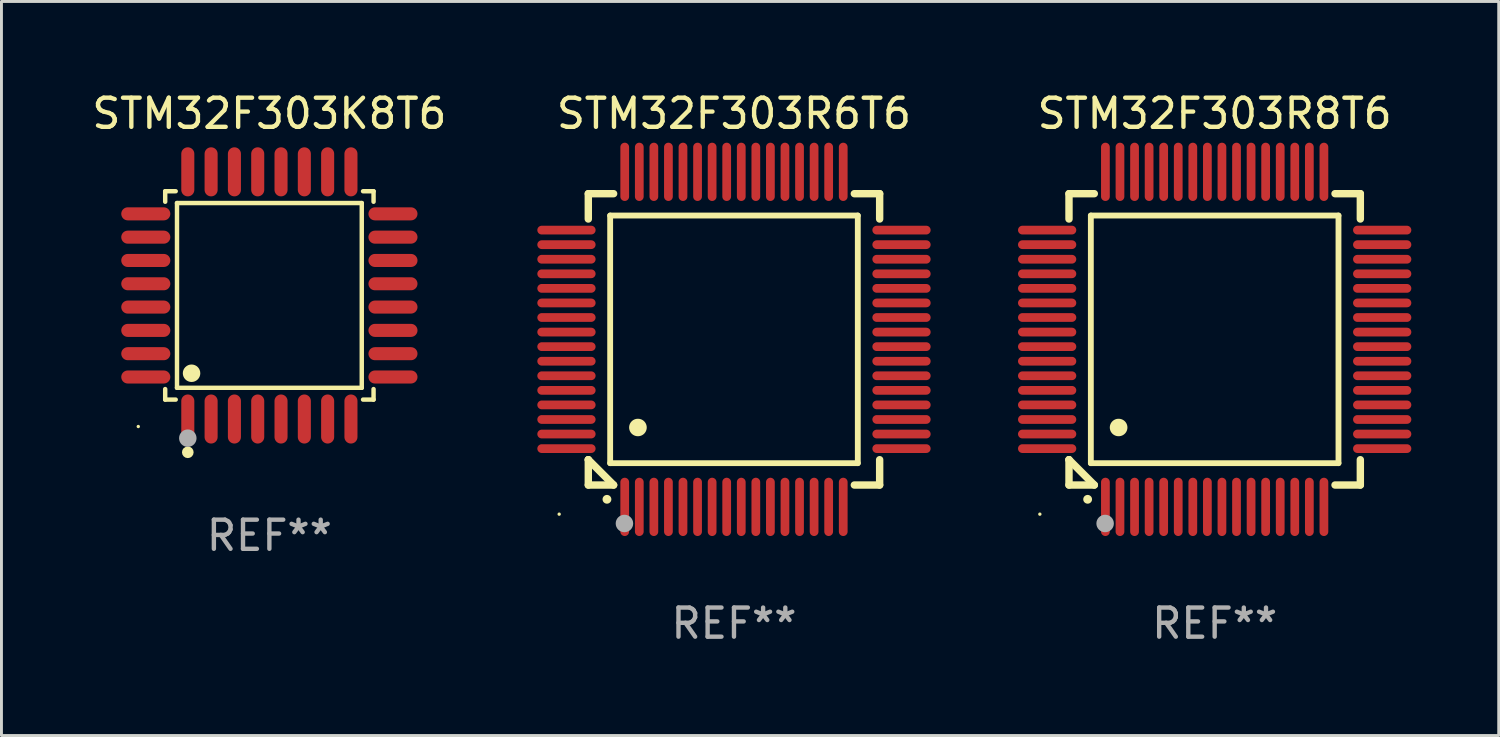
<source format=kicad_pcb>
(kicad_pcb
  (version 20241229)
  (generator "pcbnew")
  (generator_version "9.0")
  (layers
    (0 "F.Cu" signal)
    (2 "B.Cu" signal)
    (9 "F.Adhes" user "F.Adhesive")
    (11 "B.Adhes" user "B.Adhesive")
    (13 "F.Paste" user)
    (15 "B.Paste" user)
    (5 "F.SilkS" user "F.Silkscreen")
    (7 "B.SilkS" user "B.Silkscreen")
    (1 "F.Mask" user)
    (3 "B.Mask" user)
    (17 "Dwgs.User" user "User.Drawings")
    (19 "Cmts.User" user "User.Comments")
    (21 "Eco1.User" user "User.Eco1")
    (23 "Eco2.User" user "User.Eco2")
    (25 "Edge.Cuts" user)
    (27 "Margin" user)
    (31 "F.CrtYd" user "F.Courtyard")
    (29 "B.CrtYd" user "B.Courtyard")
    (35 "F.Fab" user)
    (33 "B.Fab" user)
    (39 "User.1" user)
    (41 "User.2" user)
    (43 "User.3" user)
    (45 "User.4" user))
  (footprint "STM32F303R6T6"
    (layer "F.Cu")
    (at 22.143 8.598)
    (property "Reference" "STM32F303R6T6" (at 0 -7.75 0) (layer "F.SilkS") (effects (font (size 1 1) (thickness 0.15))))
    (attr through_hole)
    (fp_line (start -5 -5) (end -4.131 -5) (stroke (width 0.254) (type solid)) (layer "F.SilkS"))
    (fp_line (start -5 -4.131) (end -5 -5) (stroke (width 0.254) (type solid)) (layer "F.SilkS"))
    (fp_line (start -5 4.131) (end -5 4.131) (stroke (width 0.254) (type solid)) (layer "F.SilkS"))
    (fp_line (start -5 5) (end -5 4.131) (stroke (width 0.254) (type solid)) (layer "F.SilkS"))
    (fp_line (start -5 4.131) (end -4.131 5) (stroke (width 0.254) (type solid)) (layer "F.SilkS"))
    (fp_line (start -4.25 -4.25) (end -4.25 4.25) (stroke (width 0.2) (type solid)) (layer "F.SilkS"))
    (fp_line (start -4.25 4.25) (end 4.25 4.25) (stroke (width 0.2) (type solid)) (layer "F.SilkS"))
    (fp_line (start -4.131 5) (end -5 5) (stroke (width 0.254) (type solid)) (layer "F.SilkS"))
    (fp_line (start 4.25 -4.25) (end -4.25 -4.25) (stroke (width 0.2) (type solid)) (layer "F.SilkS"))
    (fp_line (start 4.25 4.25) (end 4.25 -4.25) (stroke (width 0.2) (type solid)) (layer "F.SilkS"))
    (fp_line (start 5 -5) (end 4.131 -5) (stroke (width 0.254) (type solid)) (layer "F.SilkS"))
    (fp_line (start 5 -5) (end 5 -4.131) (stroke (width 0.254) (type solid)) (layer "F.SilkS"))
    (fp_line (start 5 4.131) (end 5 5) (stroke (width 0.254) (type solid)) (layer "F.SilkS"))
    (fp_line (start 5 5) (end 4.131 5) (stroke (width 0.254) (type solid)) (layer "F.SilkS"))
    (fp_arc (start -4.361265 5.489992) (mid -4.359995 5.489987) (end -4.358725 5.489992) (stroke (width 0.3) (type solid)) (layer "F.SilkS"))
    (fp_arc (start -3.299467 3.025146) (mid -3.296927 3.025135) (end -3.294387 3.025146) (stroke (width 0.6) (type solid)) (layer "F.SilkS"))
    (fp_circle (center -6 6) (end -5.97 6) (stroke (width 0.06) (type solid)) (fill no) (layer "F.SilkS"))
    (fp_circle (center -3.76 6.32) (end -3.61 6.32) (stroke (width 0.3) (type solid)) (fill no) (layer "F.Fab"))
    (fp_text user "REF**" (at 0 9.75 0) (layer "F.Fab") (effects (font (size 1 1) (thickness 0.15))))
    (pad "1" smd oval (at -3.75 5.75) (size 0.3 2) (layers "F.Cu" "F.Mask" "F.Paste"))
    (pad "2" smd oval (at -3.25 5.75) (size 0.3 2) (layers "F.Cu" "F.Mask" "F.Paste"))
    (pad "3" smd oval (at -2.75 5.75) (size 0.3 2) (layers "F.Cu" "F.Mask" "F.Paste"))
    (pad "4" smd oval (at -2.25 5.75) (size 0.3 2) (layers "F.Cu" "F.Mask" "F.Paste"))
    (pad "5" smd oval (at -1.75 5.75) (size 0.3 2) (layers "F.Cu" "F.Mask" "F.Paste"))
    (pad "6" smd oval (at -1.25 5.75) (size 0.3 2) (layers "F.Cu" "F.Mask" "F.Paste"))
    (pad "7" smd oval (at -0.75 5.75) (size 0.3 2) (layers "F.Cu" "F.Mask" "F.Paste"))
    (pad "8" smd oval (at -0.25 5.75) (size 0.3 2) (layers "F.Cu" "F.Mask" "F.Paste"))
    (pad "9" smd oval (at 0.25 5.75) (size 0.3 2) (layers "F.Cu" "F.Mask" "F.Paste"))
    (pad "10" smd oval (at 0.75 5.75) (size 0.3 2) (layers "F.Cu" "F.Mask" "F.Paste"))
    (pad "11" smd oval (at 1.25 5.75) (size 0.3 2) (layers "F.Cu" "F.Mask" "F.Paste"))
    (pad "12" smd oval (at 1.75 5.75) (size 0.3 2) (layers "F.Cu" "F.Mask" "F.Paste"))
    (pad "13" smd oval (at 2.25 5.75) (size 0.3 2) (layers "F.Cu" "F.Mask" "F.Paste"))
    (pad "14" smd oval (at 2.75 5.75) (size 0.3 2) (layers "F.Cu" "F.Mask" "F.Paste"))
    (pad "15" smd oval (at 3.25 5.75) (size 0.3 2) (layers "F.Cu" "F.Mask" "F.Paste"))
    (pad "16" smd oval (at 3.75 5.75) (size 0.3 2) (layers "F.Cu" "F.Mask" "F.Paste"))
    (pad "17" smd oval (at 5.75 3.75) (size 2 0.3) (layers "F.Cu" "F.Mask" "F.Paste"))
    (pad "18" smd oval (at 5.75 3.25) (size 2 0.3) (layers "F.Cu" "F.Mask" "F.Paste"))
    (pad "19" smd oval (at 5.75 2.75) (size 2 0.3) (layers "F.Cu" "F.Mask" "F.Paste"))
    (pad "20" smd oval (at 5.75 2.25) (size 2 0.3) (layers "F.Cu" "F.Mask" "F.Paste"))
    (pad "21" smd oval (at 5.75 1.75) (size 2 0.3) (layers "F.Cu" "F.Mask" "F.Paste"))
    (pad "22" smd oval (at 5.75 1.25) (size 2 0.3) (layers "F.Cu" "F.Mask" "F.Paste"))
    (pad "23" smd oval (at 5.75 0.75) (size 2 0.3) (layers "F.Cu" "F.Mask" "F.Paste"))
    (pad "24" smd oval (at 5.75 0.25) (size 2 0.3) (layers "F.Cu" "F.Mask" "F.Paste"))
    (pad "25" smd oval (at 5.75 -0.25) (size 2 0.3) (layers "F.Cu" "F.Mask" "F.Paste"))
    (pad "26" smd oval (at 5.75 -0.75) (size 2 0.3) (layers "F.Cu" "F.Mask" "F.Paste"))
    (pad "27" smd oval (at 5.75 -1.25) (size 2 0.3) (layers "F.Cu" "F.Mask" "F.Paste"))
    (pad "28" smd oval (at 5.75 -1.75) (size 2 0.3) (layers "F.Cu" "F.Mask" "F.Paste"))
    (pad "29" smd oval (at 5.75 -2.25) (size 2 0.3) (layers "F.Cu" "F.Mask" "F.Paste"))
    (pad "30" smd oval (at 5.75 -2.75) (size 2 0.3) (layers "F.Cu" "F.Mask" "F.Paste"))
    (pad "31" smd oval (at 5.75 -3.25) (size 2 0.3) (layers "F.Cu" "F.Mask" "F.Paste"))
    (pad "32" smd oval (at 5.75 -3.75) (size 2 0.3) (layers "F.Cu" "F.Mask" "F.Paste"))
    (pad "33" smd oval (at 3.75 -5.75) (size 0.3 2) (layers "F.Cu" "F.Mask" "F.Paste"))
    (pad "34" smd oval (at 3.25 -5.75) (size 0.3 2) (layers "F.Cu" "F.Mask" "F.Paste"))
    (pad "35" smd oval (at 2.75 -5.75) (size 0.3 2) (layers "F.Cu" "F.Mask" "F.Paste"))
    (pad "36" smd oval (at 2.25 -5.75) (size 0.3 2) (layers "F.Cu" "F.Mask" "F.Paste"))
    (pad "37" smd oval (at 1.75 -5.75) (size 0.3 2) (layers "F.Cu" "F.Mask" "F.Paste"))
    (pad "38" smd oval (at 1.25 -5.75) (size 0.3 2) (layers "F.Cu" "F.Mask" "F.Paste"))
    (pad "39" smd oval (at 0.75 -5.75) (size 0.3 2) (layers "F.Cu" "F.Mask" "F.Paste"))
    (pad "40" smd oval (at 0.25 -5.75) (size 0.3 2) (layers "F.Cu" "F.Mask" "F.Paste"))
    (pad "41" smd oval (at -0.25 -5.75) (size 0.3 2) (layers "F.Cu" "F.Mask" "F.Paste"))
    (pad "42" smd oval (at -0.75 -5.75) (size 0.3 2) (layers "F.Cu" "F.Mask" "F.Paste"))
    (pad "43" smd oval (at -1.25 -5.75) (size 0.3 2) (layers "F.Cu" "F.Mask" "F.Paste"))
    (pad "44" smd oval (at -1.75 -5.75) (size 0.3 2) (layers "F.Cu" "F.Mask" "F.Paste"))
    (pad "45" smd oval (at -2.25 -5.75) (size 0.3 2) (layers "F.Cu" "F.Mask" "F.Paste"))
    (pad "46" smd oval (at -2.75 -5.75) (size 0.3 2) (layers "F.Cu" "F.Mask" "F.Paste"))
    (pad "47" smd oval (at -3.25 -5.75) (size 0.3 2) (layers "F.Cu" "F.Mask" "F.Paste"))
    (pad "48" smd oval (at -3.75 -5.75) (size 0.3 2) (layers "F.Cu" "F.Mask" "F.Paste"))
    (pad "49" smd oval (at -5.75 -3.75) (size 2 0.3) (layers "F.Cu" "F.Mask" "F.Paste"))
    (pad "50" smd oval (at -5.75 -3.25) (size 2 0.3) (layers "F.Cu" "F.Mask" "F.Paste"))
    (pad "51" smd oval (at -5.75 -2.75) (size 2 0.3) (layers "F.Cu" "F.Mask" "F.Paste"))
    (pad "52" smd oval (at -5.75 -2.25) (size 2 0.3) (layers "F.Cu" "F.Mask" "F.Paste"))
    (pad "53" smd oval (at -5.75 -1.75) (size 2 0.3) (layers "F.Cu" "F.Mask" "F.Paste"))
    (pad "54" smd oval (at -5.75 -1.25) (size 2 0.3) (layers "F.Cu" "F.Mask" "F.Paste"))
    (pad "55" smd oval (at -5.75 -0.75) (size 2 0.3) (layers "F.Cu" "F.Mask" "F.Paste"))
    (pad "56" smd oval (at -5.75 -0.25) (size 2 0.3) (layers "F.Cu" "F.Mask" "F.Paste"))
    (pad "57" smd oval (at -5.75 0.25) (size 2 0.3) (layers "F.Cu" "F.Mask" "F.Paste"))
    (pad "58" smd oval (at -5.75 0.75) (size 2 0.3) (layers "F.Cu" "F.Mask" "F.Paste"))
    (pad "59" smd oval (at -5.75 1.25) (size 2 0.3) (layers "F.Cu" "F.Mask" "F.Paste"))
    (pad "60" smd oval (at -5.75 1.75) (size 2 0.3) (layers "F.Cu" "F.Mask" "F.Paste"))
    (pad "61" smd oval (at -5.75 2.25) (size 2 0.3) (layers "F.Cu" "F.Mask" "F.Paste"))
    (pad "62" smd oval (at -5.75 2.75) (size 2 0.3) (layers "F.Cu" "F.Mask" "F.Paste"))
    (pad "63" smd oval (at -5.75 3.25) (size 2 0.3) (layers "F.Cu" "F.Mask" "F.Paste"))
    (pad "64" smd oval (at -5.75 3.75) (size 2 0.3) (layers "F.Cu" "F.Mask" "F.Paste")))
  (footprint "STM32F303K8T6"
    (layer "F.Cu")
    (at 6.196 7.09)
    (property "Reference" "STM32F303K8T6" (at 0 -6.242 0) (layer "F.SilkS") (effects (font (size 1 1) (thickness 0.15))))
    (attr through_hole)
    (fp_line (start -3.576 -3.576) (end -3.215 -3.576) (stroke (width 0.152) (type solid)) (layer "F.SilkS"))
    (fp_line (start -3.576 -3.215) (end -3.576 -3.576) (stroke (width 0.152) (type solid)) (layer "F.SilkS"))
    (fp_line (start -3.576 3.215) (end -3.576 3.576) (stroke (width 0.152) (type solid)) (layer "F.SilkS"))
    (fp_line (start -3.576 3.576) (end -3.215 3.576) (stroke (width 0.152) (type solid)) (layer "F.SilkS"))
    (fp_line (start -3.171 -3.171) (end 3.171 -3.171) (stroke (width 0.152) (type solid)) (layer "F.SilkS"))
    (fp_line (start -3.171 3.171) (end -3.171 -3.171) (stroke (width 0.152) (type solid)) (layer "F.SilkS"))
    (fp_line (start 3.171 -3.171) (end 3.171 3.171) (stroke (width 0.152) (type solid)) (layer "F.SilkS"))
    (fp_line (start 3.171 3.171) (end -3.171 3.171) (stroke (width 0.152) (type solid)) (layer "F.SilkS"))
    (fp_line (start 3.576 -3.576) (end 3.215 -3.576) (stroke (width 0.152) (type solid)) (layer "F.SilkS"))
    (fp_line (start 3.576 -3.215) (end 3.576 -3.576) (stroke (width 0.152) (type solid)) (layer "F.SilkS"))
    (fp_line (start 3.576 3.215) (end 3.576 3.576) (stroke (width 0.152) (type solid)) (layer "F.SilkS"))
    (fp_line (start 3.576 3.576) (end 3.215 3.576) (stroke (width 0.152) (type solid)) (layer "F.SilkS"))
    (fp_circle (center -4.5 4.5) (end -4.47 4.5) (stroke (width 0.06) (type solid)) (fill no) (layer "F.SilkS"))
    (fp_circle (center -2.8 5.384) (end -2.7 5.384) (stroke (width 0.2) (type solid)) (fill no) (layer "F.SilkS"))
    (fp_circle (center -2.671 2.671) (end -2.521 2.671) (stroke (width 0.3) (type solid)) (fill no) (layer "F.SilkS"))
    (fp_circle (center -2.8 4.9) (end -2.65 4.9) (stroke (width 0.3) (type solid)) (fill no) (layer "F.Fab"))
    (fp_text user "REF**" (at 0 8.242 0) (layer "F.Fab") (effects (font (size 1 1) (thickness 0.15))))
    (pad "1" smd oval (at -2.8 4.242) (size 0.448 1.684) (layers "F.Cu" "F.Mask" "F.Paste"))
    (pad "2" smd oval (at -2 4.242) (size 0.448 1.684) (layers "F.Cu" "F.Mask" "F.Paste"))
    (pad "3" smd oval (at -1.2 4.242) (size 0.448 1.684) (layers "F.Cu" "F.Mask" "F.Paste"))
    (pad "4" smd oval (at -0.4 4.242) (size 0.448 1.684) (layers "F.Cu" "F.Mask" "F.Paste"))
    (pad "5" smd oval (at 0.4 4.242) (size 0.448 1.684) (layers "F.Cu" "F.Mask" "F.Paste"))
    (pad "6" smd oval (at 1.2 4.242) (size 0.448 1.684) (layers "F.Cu" "F.Mask" "F.Paste"))
    (pad "7" smd oval (at 2 4.242) (size 0.448 1.684) (layers "F.Cu" "F.Mask" "F.Paste"))
    (pad "8" smd oval (at 2.8 4.242) (size 0.448 1.684) (layers "F.Cu" "F.Mask" "F.Paste"))
    (pad "9" smd oval (at 4.242 2.8) (size 1.684 0.448) (layers "F.Cu" "F.Mask" "F.Paste"))
    (pad "10" smd oval (at 4.242 2) (size 1.684 0.448) (layers "F.Cu" "F.Mask" "F.Paste"))
    (pad "11" smd oval (at 4.242 1.2) (size 1.684 0.448) (layers "F.Cu" "F.Mask" "F.Paste"))
    (pad "12" smd oval (at 4.242 0.4) (size 1.684 0.448) (layers "F.Cu" "F.Mask" "F.Paste"))
    (pad "13" smd oval (at 4.242 -0.4) (size 1.684 0.448) (layers "F.Cu" "F.Mask" "F.Paste"))
    (pad "14" smd oval (at 4.242 -1.2) (size 1.684 0.448) (layers "F.Cu" "F.Mask" "F.Paste"))
    (pad "15" smd oval (at 4.242 -2) (size 1.684 0.448) (layers "F.Cu" "F.Mask" "F.Paste"))
    (pad "16" smd oval (at 4.242 -2.8) (size 1.684 0.448) (layers "F.Cu" "F.Mask" "F.Paste"))
    (pad "17" smd oval (at 2.8 -4.242) (size 0.448 1.684) (layers "F.Cu" "F.Mask" "F.Paste"))
    (pad "18" smd oval (at 2 -4.242) (size 0.448 1.684) (layers "F.Cu" "F.Mask" "F.Paste"))
    (pad "19" smd oval (at 1.2 -4.242) (size 0.448 1.684) (layers "F.Cu" "F.Mask" "F.Paste"))
    (pad "20" smd oval (at 0.4 -4.242) (size 0.448 1.684) (layers "F.Cu" "F.Mask" "F.Paste"))
    (pad "21" smd oval (at -0.4 -4.242) (size 0.448 1.684) (layers "F.Cu" "F.Mask" "F.Paste"))
    (pad "22" smd oval (at -1.2 -4.242) (size 0.448 1.684) (layers "F.Cu" "F.Mask" "F.Paste"))
    (pad "23" smd oval (at -2 -4.242) (size 0.448 1.684) (layers "F.Cu" "F.Mask" "F.Paste"))
    (pad "24" smd oval (at -2.8 -4.242) (size 0.448 1.684) (layers "F.Cu" "F.Mask" "F.Paste"))
    (pad "25" smd oval (at -4.242 -2.8) (size 1.684 0.448) (layers "F.Cu" "F.Mask" "F.Paste"))
    (pad "26" smd oval (at -4.242 -2) (size 1.684 0.448) (layers "F.Cu" "F.Mask" "F.Paste"))
    (pad "27" smd oval (at -4.242 -1.2) (size 1.684 0.448) (layers "F.Cu" "F.Mask" "F.Paste"))
    (pad "28" smd oval (at -4.242 -0.4) (size 1.684 0.448) (layers "F.Cu" "F.Mask" "F.Paste"))
    (pad "29" smd oval (at -4.242 0.4) (size 1.684 0.448) (layers "F.Cu" "F.Mask" "F.Paste"))
    (pad "30" smd oval (at -4.242 1.2) (size 1.684 0.448) (layers "F.Cu" "F.Mask" "F.Paste"))
    (pad "31" smd oval (at -4.242 2) (size 1.684 0.448) (layers "F.Cu" "F.Mask" "F.Paste"))
    (pad "32" smd oval (at -4.242 2.8) (size 1.684 0.448) (layers "F.Cu" "F.Mask" "F.Paste")))
  (footprint "STM32F303R8T6"
    (layer "F.Cu")
    (at 38.642 8.598)
    (property "Reference" "STM32F303R8T6" (at 0 -7.75 0) (layer "F.SilkS") (effects (font (size 1 1) (thickness 0.15))))
    (attr through_hole)
    (fp_line (start -5 -5) (end -4.131 -5) (stroke (width 0.254) (type solid)) (layer "F.SilkS"))
    (fp_line (start -5 -4.131) (end -5 -5) (stroke (width 0.254) (type solid)) (layer "F.SilkS"))
    (fp_line (start -5 4.131) (end -5 4.131) (stroke (width 0.254) (type solid)) (layer "F.SilkS"))
    (fp_line (start -5 5) (end -5 4.131) (stroke (width 0.254) (type solid)) (layer "F.SilkS"))
    (fp_line (start -5 4.131) (end -4.131 5) (stroke (width 0.254) (type solid)) (layer "F.SilkS"))
    (fp_line (start -4.25 -4.25) (end -4.25 4.25) (stroke (width 0.2) (type solid)) (layer "F.SilkS"))
    (fp_line (start -4.25 4.25) (end 4.25 4.25) (stroke (width 0.2) (type solid)) (layer "F.SilkS"))
    (fp_line (start -4.131 5) (end -5 5) (stroke (width 0.254) (type solid)) (layer "F.SilkS"))
    (fp_line (start 4.25 -4.25) (end -4.25 -4.25) (stroke (width 0.2) (type solid)) (layer "F.SilkS"))
    (fp_line (start 4.25 4.25) (end 4.25 -4.25) (stroke (width 0.2) (type solid)) (layer "F.SilkS"))
    (fp_line (start 5 -5) (end 4.131 -5) (stroke (width 0.254) (type solid)) (layer "F.SilkS"))
    (fp_line (start 5 -5) (end 5 -4.131) (stroke (width 0.254) (type solid)) (layer "F.SilkS"))
    (fp_line (start 5 4.131) (end 5 5) (stroke (width 0.254) (type solid)) (layer "F.SilkS"))
    (fp_line (start 5 5) (end 4.131 5) (stroke (width 0.254) (type solid)) (layer "F.SilkS"))
    (fp_arc (start -4.361265 5.489992) (mid -4.359995 5.489987) (end -4.358725 5.489992) (stroke (width 0.3) (type solid)) (layer "F.SilkS"))
    (fp_arc (start -3.299467 3.025146) (mid -3.296927 3.025135) (end -3.294387 3.025146) (stroke (width 0.6) (type solid)) (layer "F.SilkS"))
    (fp_circle (center -6 6) (end -5.97 6) (stroke (width 0.06) (type solid)) (fill no) (layer "F.SilkS"))
    (fp_circle (center -3.76 6.32) (end -3.61 6.32) (stroke (width 0.3) (type solid)) (fill no) (layer "F.Fab"))
    (fp_text user "REF**" (at 0 9.75 0) (layer "F.Fab") (effects (font (size 1 1) (thickness 0.15))))
    (pad "1" smd oval (at -3.75 5.75) (size 0.3 2) (layers "F.Cu" "F.Mask" "F.Paste"))
    (pad "2" smd oval (at -3.25 5.75) (size 0.3 2) (layers "F.Cu" "F.Mask" "F.Paste"))
    (pad "3" smd oval (at -2.75 5.75) (size 0.3 2) (layers "F.Cu" "F.Mask" "F.Paste"))
    (pad "4" smd oval (at -2.25 5.75) (size 0.3 2) (layers "F.Cu" "F.Mask" "F.Paste"))
    (pad "5" smd oval (at -1.75 5.75) (size 0.3 2) (layers "F.Cu" "F.Mask" "F.Paste"))
    (pad "6" smd oval (at -1.25 5.75) (size 0.3 2) (layers "F.Cu" "F.Mask" "F.Paste"))
    (pad "7" smd oval (at -0.75 5.75) (size 0.3 2) (layers "F.Cu" "F.Mask" "F.Paste"))
    (pad "8" smd oval (at -0.25 5.75) (size 0.3 2) (layers "F.Cu" "F.Mask" "F.Paste"))
    (pad "9" smd oval (at 0.25 5.75) (size 0.3 2) (layers "F.Cu" "F.Mask" "F.Paste"))
    (pad "10" smd oval (at 0.75 5.75) (size 0.3 2) (layers "F.Cu" "F.Mask" "F.Paste"))
    (pad "11" smd oval (at 1.25 5.75) (size 0.3 2) (layers "F.Cu" "F.Mask" "F.Paste"))
    (pad "12" smd oval (at 1.75 5.75) (size 0.3 2) (layers "F.Cu" "F.Mask" "F.Paste"))
    (pad "13" smd oval (at 2.25 5.75) (size 0.3 2) (layers "F.Cu" "F.Mask" "F.Paste"))
    (pad "14" smd oval (at 2.75 5.75) (size 0.3 2) (layers "F.Cu" "F.Mask" "F.Paste"))
    (pad "15" smd oval (at 3.25 5.75) (size 0.3 2) (layers "F.Cu" "F.Mask" "F.Paste"))
    (pad "16" smd oval (at 3.75 5.75) (size 0.3 2) (layers "F.Cu" "F.Mask" "F.Paste"))
    (pad "17" smd oval (at 5.75 3.75) (size 2 0.3) (layers "F.Cu" "F.Mask" "F.Paste"))
    (pad "18" smd oval (at 5.75 3.25) (size 2 0.3) (layers "F.Cu" "F.Mask" "F.Paste"))
    (pad "19" smd oval (at 5.75 2.75) (size 2 0.3) (layers "F.Cu" "F.Mask" "F.Paste"))
    (pad "20" smd oval (at 5.75 2.25) (size 2 0.3) (layers "F.Cu" "F.Mask" "F.Paste"))
    (pad "21" smd oval (at 5.75 1.75) (size 2 0.3) (layers "F.Cu" "F.Mask" "F.Paste"))
    (pad "22" smd oval (at 5.75 1.25) (size 2 0.3) (layers "F.Cu" "F.Mask" "F.Paste"))
    (pad "23" smd oval (at 5.75 0.75) (size 2 0.3) (layers "F.Cu" "F.Mask" "F.Paste"))
    (pad "24" smd oval (at 5.75 0.25) (size 2 0.3) (layers "F.Cu" "F.Mask" "F.Paste"))
    (pad "25" smd oval (at 5.75 -0.25) (size 2 0.3) (layers "F.Cu" "F.Mask" "F.Paste"))
    (pad "26" smd oval (at 5.75 -0.75) (size 2 0.3) (layers "F.Cu" "F.Mask" "F.Paste"))
    (pad "27" smd oval (at 5.75 -1.25) (size 2 0.3) (layers "F.Cu" "F.Mask" "F.Paste"))
    (pad "28" smd oval (at 5.75 -1.75) (size 2 0.3) (layers "F.Cu" "F.Mask" "F.Paste"))
    (pad "29" smd oval (at 5.75 -2.25) (size 2 0.3) (layers "F.Cu" "F.Mask" "F.Paste"))
    (pad "30" smd oval (at 5.75 -2.75) (size 2 0.3) (layers "F.Cu" "F.Mask" "F.Paste"))
    (pad "31" smd oval (at 5.75 -3.25) (size 2 0.3) (layers "F.Cu" "F.Mask" "F.Paste"))
    (pad "32" smd oval (at 5.75 -3.75) (size 2 0.3) (layers "F.Cu" "F.Mask" "F.Paste"))
    (pad "33" smd oval (at 3.75 -5.75) (size 0.3 2) (layers "F.Cu" "F.Mask" "F.Paste"))
    (pad "34" smd oval (at 3.25 -5.75) (size 0.3 2) (layers "F.Cu" "F.Mask" "F.Paste"))
    (pad "35" smd oval (at 2.75 -5.75) (size 0.3 2) (layers "F.Cu" "F.Mask" "F.Paste"))
    (pad "36" smd oval (at 2.25 -5.75) (size 0.3 2) (layers "F.Cu" "F.Mask" "F.Paste"))
    (pad "37" smd oval (at 1.75 -5.75) (size 0.3 2) (layers "F.Cu" "F.Mask" "F.Paste"))
    (pad "38" smd oval (at 1.25 -5.75) (size 0.3 2) (layers "F.Cu" "F.Mask" "F.Paste"))
    (pad "39" smd oval (at 0.75 -5.75) (size 0.3 2) (layers "F.Cu" "F.Mask" "F.Paste"))
    (pad "40" smd oval (at 0.25 -5.75) (size 0.3 2) (layers "F.Cu" "F.Mask" "F.Paste"))
    (pad "41" smd oval (at -0.25 -5.75) (size 0.3 2) (layers "F.Cu" "F.Mask" "F.Paste"))
    (pad "42" smd oval (at -0.75 -5.75) (size 0.3 2) (layers "F.Cu" "F.Mask" "F.Paste"))
    (pad "43" smd oval (at -1.25 -5.75) (size 0.3 2) (layers "F.Cu" "F.Mask" "F.Paste"))
    (pad "44" smd oval (at -1.75 -5.75) (size 0.3 2) (layers "F.Cu" "F.Mask" "F.Paste"))
    (pad "45" smd oval (at -2.25 -5.75) (size 0.3 2) (layers "F.Cu" "F.Mask" "F.Paste"))
    (pad "46" smd oval (at -2.75 -5.75) (size 0.3 2) (layers "F.Cu" "F.Mask" "F.Paste"))
    (pad "47" smd oval (at -3.25 -5.75) (size 0.3 2) (layers "F.Cu" "F.Mask" "F.Paste"))
    (pad "48" smd oval (at -3.75 -5.75) (size 0.3 2) (layers "F.Cu" "F.Mask" "F.Paste"))
    (pad "49" smd oval (at -5.75 -3.75) (size 2 0.3) (layers "F.Cu" "F.Mask" "F.Paste"))
    (pad "50" smd oval (at -5.75 -3.25) (size 2 0.3) (layers "F.Cu" "F.Mask" "F.Paste"))
    (pad "51" smd oval (at -5.75 -2.75) (size 2 0.3) (layers "F.Cu" "F.Mask" "F.Paste"))
    (pad "52" smd oval (at -5.75 -2.25) (size 2 0.3) (layers "F.Cu" "F.Mask" "F.Paste"))
    (pad "53" smd oval (at -5.75 -1.75) (size 2 0.3) (layers "F.Cu" "F.Mask" "F.Paste"))
    (pad "54" smd oval (at -5.75 -1.25) (size 2 0.3) (layers "F.Cu" "F.Mask" "F.Paste"))
    (pad "55" smd oval (at -5.75 -0.75) (size 2 0.3) (layers "F.Cu" "F.Mask" "F.Paste"))
    (pad "56" smd oval (at -5.75 -0.25) (size 2 0.3) (layers "F.Cu" "F.Mask" "F.Paste"))
    (pad "57" smd oval (at -5.75 0.25) (size 2 0.3) (layers "F.Cu" "F.Mask" "F.Paste"))
    (pad "58" smd oval (at -5.75 0.75) (size 2 0.3) (layers "F.Cu" "F.Mask" "F.Paste"))
    (pad "59" smd oval (at -5.75 1.25) (size 2 0.3) (layers "F.Cu" "F.Mask" "F.Paste"))
    (pad "60" smd oval (at -5.75 1.75) (size 2 0.3) (layers "F.Cu" "F.Mask" "F.Paste"))
    (pad "61" smd oval (at -5.75 2.25) (size 2 0.3) (layers "F.Cu" "F.Mask" "F.Paste"))
    (pad "62" smd oval (at -5.75 2.75) (size 2 0.3) (layers "F.Cu" "F.Mask" "F.Paste"))
    (pad "63" smd oval (at -5.75 3.25) (size 2 0.3) (layers "F.Cu" "F.Mask" "F.Paste"))
    (pad "64" smd oval (at -5.75 3.75) (size 2 0.3) (layers "F.Cu" "F.Mask" "F.Paste")))
  (gr_rect
    (start -3 -3)
    (end 48.392 22.196)
    (stroke (width 0.1) (type default))
    (fill no)
    (layer "Edge.Cuts")))
</source>
